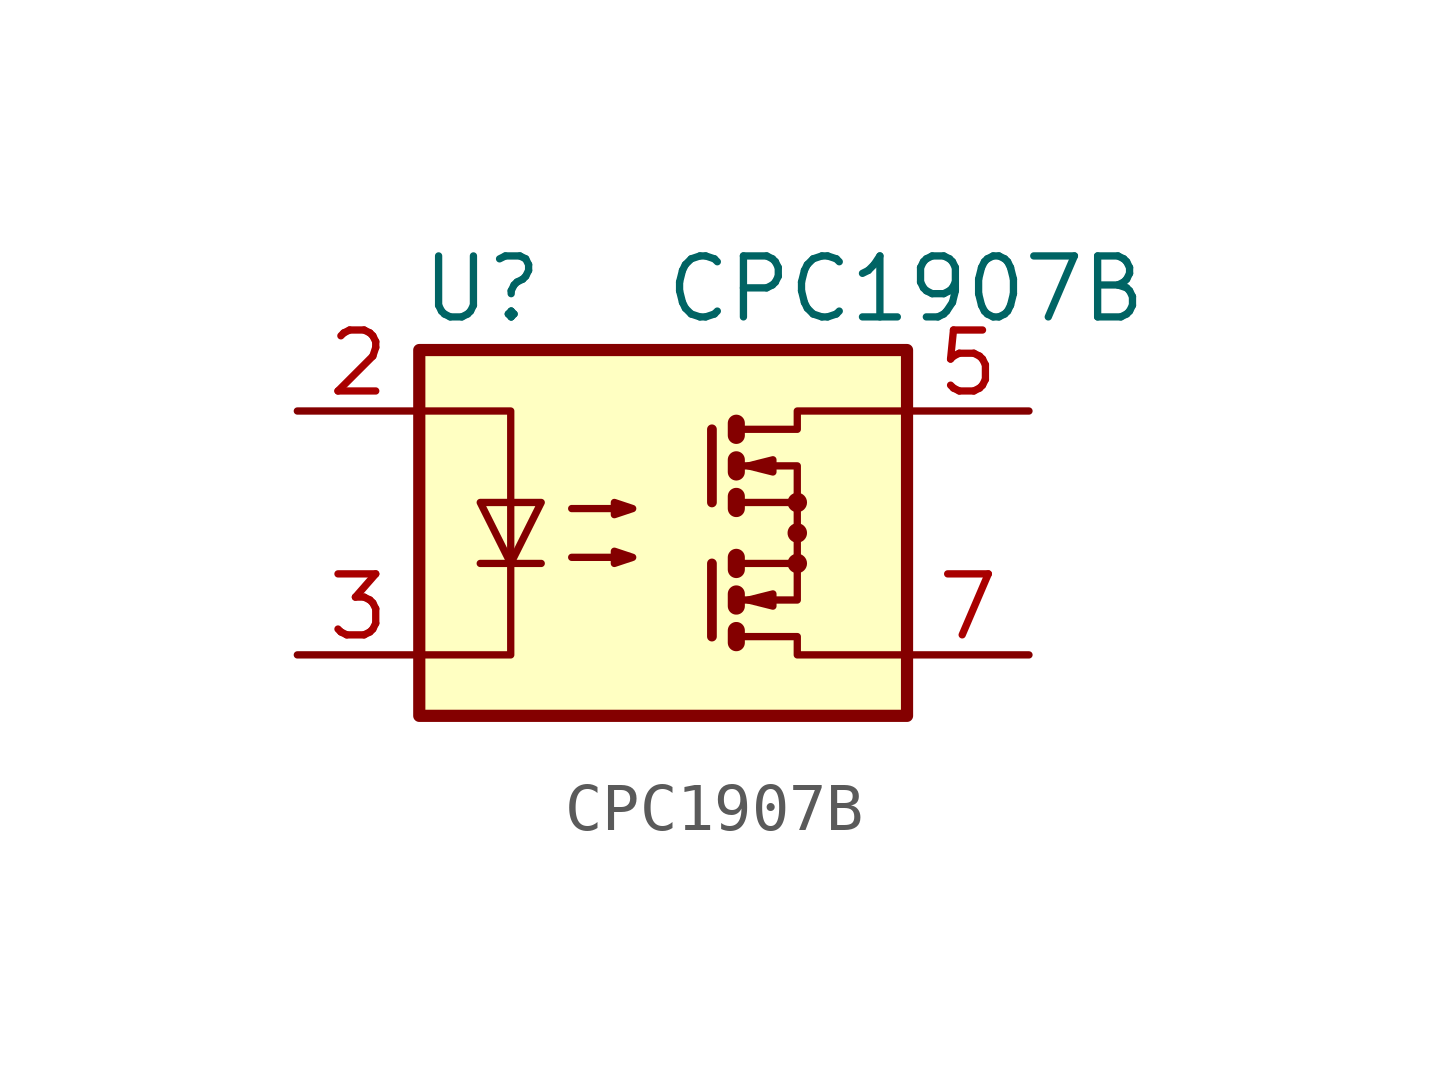
<source format=kicad_sym>
(kicad_symbol_lib
  (version 20241209)
  (generator "kicad_symbol_editor")
  (generator_version "9.0")
  (symbol "CPC1907B"
    (property "Reference" "U"
      (at -5.08 5.08 0)
      (effects (font (size 1.27 1.27)) (justify left)))
    (property "Value" "CPC1907B"
      (at 0 5.08 0)
      (effects (font (size 1.27 1.27)) (justify left)))
    (symbol "CPC1907B_0_1"
      (rectangle (start -5.08 3.81) (end 5.08 -3.81) (stroke (width 0.254) (type default)) (fill (type background)))
      (polyline (pts (xy -5.08 2.54) (xy -3.175 2.54) (xy -3.175 -2.54) (xy -5.08 -2.54)) (stroke (width 0) (type default)) (fill (type none)))
      (polyline (pts (xy -3.81 -0.635) (xy -2.54 -0.635)) (stroke (width 0) (type default)) (fill (type none)))
      (polyline (pts (xy -3.175 -0.635) (xy -3.81 0.635) (xy -2.54 0.635) (xy -3.175 -0.635)) (stroke (width 0) (type default)) (fill (type none)))
      (polyline (pts (xy -1.905 0.508) (xy -0.635 0.508) (xy -1.016 0.381) (xy -1.016 0.635) (xy -0.635 0.508)) (stroke (width 0) (type default)) (fill (type none)))
      (polyline (pts (xy -1.905 -0.508) (xy -0.635 -0.508) (xy -1.016 -0.635) (xy -1.016 -0.381) (xy -0.635 -0.508)) (stroke (width 0) (type default)) (fill (type none)))
      (polyline (pts (xy 1.016 2.159) (xy 1.016 0.635)) (stroke (width 0.203) (type default)) (fill (type none)))
      (polyline (pts (xy 1.016 -0.635) (xy 1.016 -2.159)) (stroke (width 0.203) (type default)) (fill (type none)))
      (polyline (pts (xy 1.524 2.286) (xy 1.524 2.032) (xy 1.524 2.032)) (stroke (width 0.356) (type default)) (fill (type none)))
      (polyline (pts (xy 1.524 1.524) (xy 1.524 1.27) (xy 1.524 1.27)) (stroke (width 0.356) (type default)) (fill (type none)))
      (polyline (pts (xy 1.524 0.762) (xy 1.524 0.508) (xy 1.524 0.508)) (stroke (width 0.356) (type default)) (fill (type none)))
      (polyline (pts (xy 1.524 -0.508) (xy 1.524 -0.762)) (stroke (width 0.356) (type default)) (fill (type none)))
      (polyline (pts (xy 1.524 -1.27) (xy 1.524 -1.524) (xy 1.524 -1.524)) (stroke (width 0.356) (type default)) (fill (type none)))
      (polyline (pts (xy 1.524 -2.032) (xy 1.524 -2.286) (xy 1.524 -2.286)) (stroke (width 0.356) (type default)) (fill (type none)))
      (polyline (pts (xy 1.651 2.159) (xy 2.794 2.159) (xy 2.794 2.54) (xy 5.08 2.54)) (stroke (width 0) (type default)) (fill (type none)))
      (polyline (pts (xy 1.651 1.397) (xy 2.794 1.397) (xy 2.794 0.635)) (stroke (width 0) (type default)) (fill (type none)))
      (polyline (pts (xy 1.651 -0.635) (xy 2.794 -0.635) (xy 2.794 0.635) (xy 1.651 0.635)) (stroke (width 0) (type default)) (fill (type none)))
      (polyline (pts (xy 1.651 -1.397) (xy 2.794 -1.397) (xy 2.794 -0.635)) (stroke (width 0) (type default)) (fill (type none)))
      (polyline (pts (xy 1.651 -2.159) (xy 2.794 -2.159) (xy 2.794 -2.54) (xy 5.08 -2.54)) (stroke (width 0) (type default)) (fill (type none)))
      (polyline (pts (xy 1.778 1.397) (xy 2.286 1.524) (xy 2.286 1.27) (xy 1.778 1.397)) (stroke (width 0) (type default)) (fill (type none)))
      (polyline (pts (xy 1.778 -1.397) (xy 2.286 -1.27) (xy 2.286 -1.524) (xy 1.778 -1.397)) (stroke (width 0) (type default)) (fill (type none)))
      (circle (center 2.794 0.635) (radius 0.127) (stroke (width 0) (type default)) (fill (type none)))
      (circle (center 2.794 0) (radius 0.127) (stroke (width 0) (type default)) (fill (type none)))
      (circle (center 2.794 -0.635) (radius 0.127) (stroke (width 0) (type default)) (fill (type none))))
    (symbol "CPC1907B_1_1"
      (pin passive line (at -7.62 2.54 0) (length 2.54) (name "~" (effects (font (size 1.27 1.27)))) (number "2" (effects (font (size 1.27 1.27)))))
      (pin passive line (at -7.62 -2.54 0) (length 2.54) (name "~" (effects (font (size 1.27 1.27)))) (number "3" (effects (font (size 1.27 1.27)))))
      (pin no_connect line (at 0 2.54 0) (length 0) (hide yes) (name "" (effects (font (size 1.27 1.27)))) (number "1" (effects (font (size 1.27 1.27)))))
      (pin no_connect line (at 0 -2.54 0) (length 0) (hide yes) (name "" (effects (font (size 1.27 1.27)))) (number "4" (effects (font (size 1.27 1.27)))))
      (pin passive line (at 7.62 2.54 180) (length 2.54) (name "~" (effects (font (size 1.27 1.27)))) (number "5" (effects (font (size 1.27 1.27)))))
      (pin passive line (at 7.62 2.54 270) (length 0) (hide yes) (name "~" (effects (font (size 1.27 1.27)))) (number "6" (effects (font (size 1.27 1.27)))))
      (pin passive line (at 7.62 -2.54 180) (length 2.54) (name "~" (effects (font (size 1.27 1.27)))) (number "7" (effects (font (size 1.27 1.27)))))
      (pin passive line (at 7.62 -2.54 270) (length 0) (hide yes) (name "~" (effects (font (size 1.27 1.27)))) (number "8" (effects (font (size 1.27 1.27))))))))
</source>
